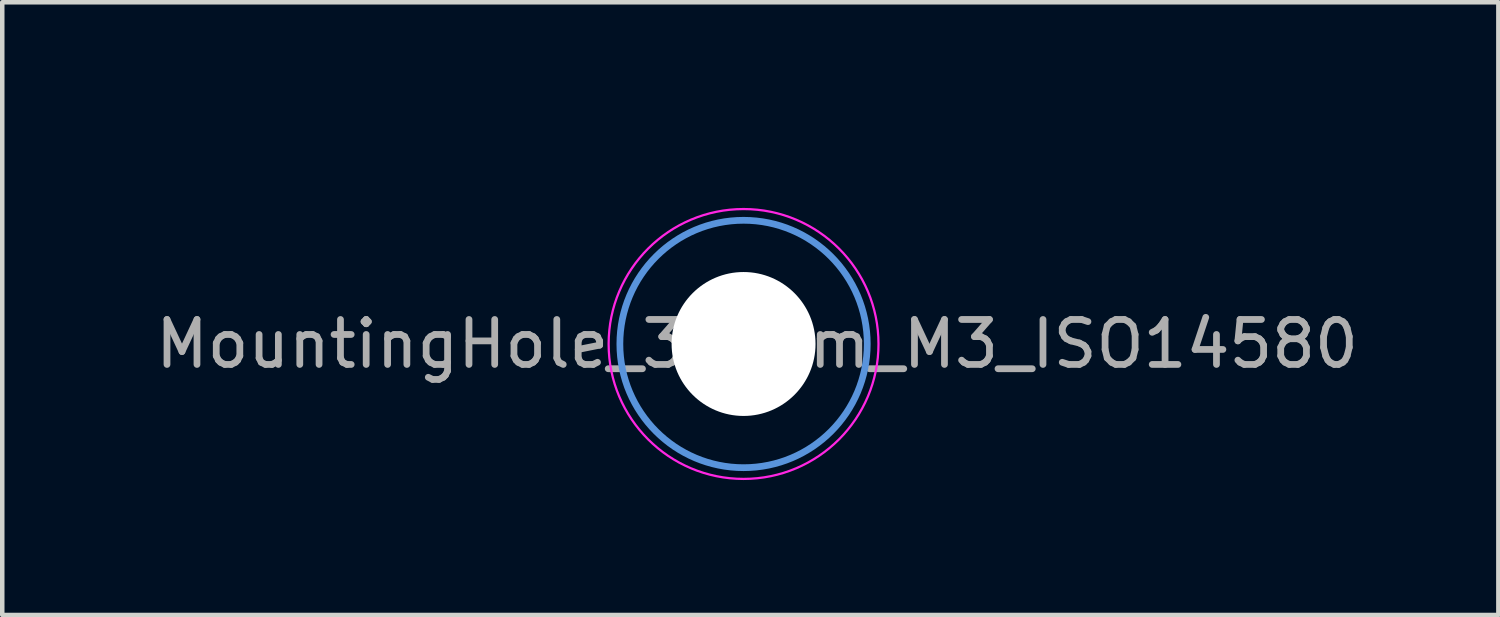
<source format=kicad_pcb>
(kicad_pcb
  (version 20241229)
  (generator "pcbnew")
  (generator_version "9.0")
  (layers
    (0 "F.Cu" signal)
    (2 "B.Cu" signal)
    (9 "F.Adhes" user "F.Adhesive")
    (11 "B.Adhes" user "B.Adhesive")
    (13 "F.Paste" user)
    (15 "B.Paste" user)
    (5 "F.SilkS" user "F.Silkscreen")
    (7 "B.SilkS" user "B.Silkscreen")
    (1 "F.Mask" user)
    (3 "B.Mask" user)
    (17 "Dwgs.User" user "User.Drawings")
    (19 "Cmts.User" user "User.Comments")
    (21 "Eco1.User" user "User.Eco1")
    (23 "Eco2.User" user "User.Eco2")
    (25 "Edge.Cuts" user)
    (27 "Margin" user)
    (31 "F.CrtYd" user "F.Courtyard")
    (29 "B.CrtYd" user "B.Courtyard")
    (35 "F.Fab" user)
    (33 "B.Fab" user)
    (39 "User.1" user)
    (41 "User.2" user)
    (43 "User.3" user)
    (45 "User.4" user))
  (footprint "MountingHole_3.2mm_M3_ISO14580"
    (layer "F.Cu")
    (at 13.482 4.598)
    (property "Reference" "MountingHole_3.2mm_M3_ISO14580" (at 0 -3.75 0) (layer "User.2") (effects (font (size 1 1) (thickness 0.15))))
    (attr exclude_from_pos_files exclude_from_bom)
    (fp_circle (center 0 0) (end 2.75 0) (stroke (width 0.15) (type solid)) (fill no) (layer "Cmts.User"))
    (fp_circle (center 0 0) (end 3 0) (stroke (width 0.05) (type solid)) (fill no) (layer "F.CrtYd"))
    (fp_text user "${REFERENCE}" (at 0.3 0 0) (layer "F.Fab") (effects (font (size 1 1) (thickness 0.15))))
    (pad "" np_thru_hole circle (at 0 0) (size 3.2 3.2) (drill 3.2) (layers "*.Cu" "*.Mask")))
  (gr_rect
    (start -3 -3)
    (end 30.264 10.623)
    (stroke (width 0.1) (type default))
    (fill no)
    (layer "Edge.Cuts")))
</source>
